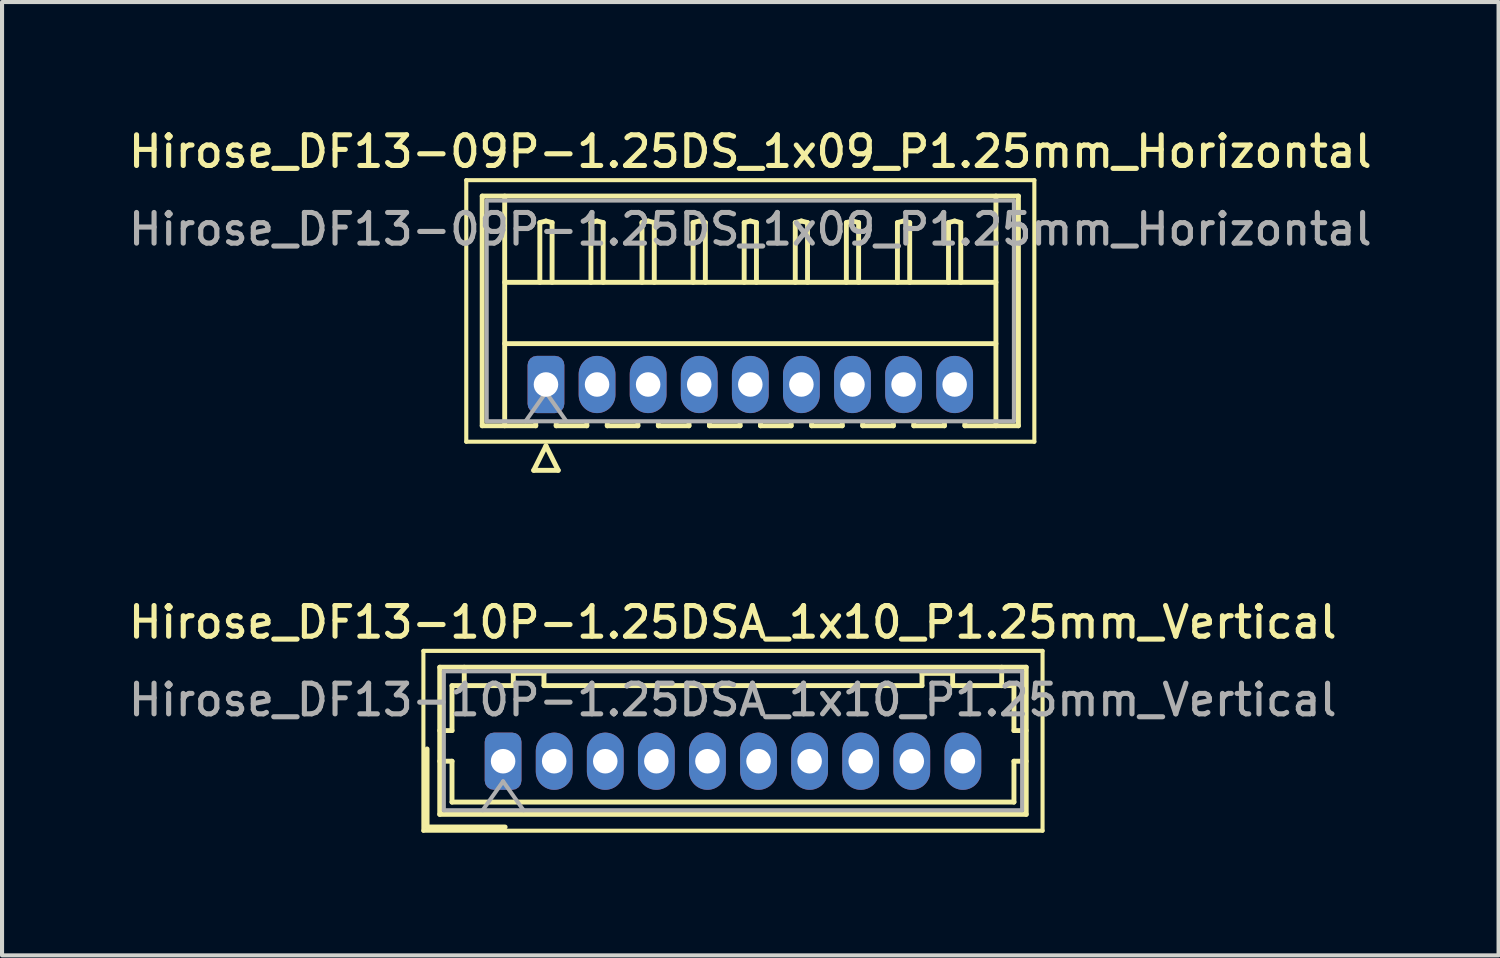
<source format=kicad_pcb>
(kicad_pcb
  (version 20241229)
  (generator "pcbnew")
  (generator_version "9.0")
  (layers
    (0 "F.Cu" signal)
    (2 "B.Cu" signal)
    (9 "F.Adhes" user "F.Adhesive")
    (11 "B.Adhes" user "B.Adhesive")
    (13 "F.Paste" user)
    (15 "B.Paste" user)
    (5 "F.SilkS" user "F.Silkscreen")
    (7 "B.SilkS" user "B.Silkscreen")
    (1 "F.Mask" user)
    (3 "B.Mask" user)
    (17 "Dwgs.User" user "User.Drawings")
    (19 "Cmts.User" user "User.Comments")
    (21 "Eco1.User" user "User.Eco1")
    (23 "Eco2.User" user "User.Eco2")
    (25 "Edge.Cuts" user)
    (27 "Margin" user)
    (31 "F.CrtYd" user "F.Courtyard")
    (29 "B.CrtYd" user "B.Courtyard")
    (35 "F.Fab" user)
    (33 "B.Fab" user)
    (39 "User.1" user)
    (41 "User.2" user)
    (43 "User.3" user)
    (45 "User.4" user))
  (footprint "Hirose_DF13-10P-1.25DSA_1x10_P1.25mm_Vertical"
    (layer "F.Cu")
    (at 9.26 15.576)
    (property "Reference" "Hirose_DF13-10P-1.25DSA_1x10_P1.25mm_Vertical" (at 5.62 -3.4 0) (layer "F.SilkS") (effects (font (size 0.75 0.75) (thickness 0.125))))
    (attr through_hole)
    (fp_line (start -1.95 -2.7) (end -1.95 1.7) (stroke (width 0.1) (type solid)) (layer "F.SilkS"))
    (fp_line (start -1.95 1.7) (end 13.2 1.7) (stroke (width 0.1) (type solid)) (layer "F.SilkS"))
    (fp_line (start -1.86 -0.3) (end -1.86 1.61) (stroke (width 0.12) (type solid)) (layer "F.SilkS"))
    (fp_line (start -1.86 1.61) (end 0.05 1.61) (stroke (width 0.12) (type solid)) (layer "F.SilkS"))
    (fp_line (start -1.55 -2.3) (end -1.55 1.3) (stroke (width 0.12) (type solid)) (layer "F.SilkS"))
    (fp_line (start -1.55 -0.75) (end -1.25 -0.75) (stroke (width 0.12) (type solid)) (layer "F.SilkS"))
    (fp_line (start -1.55 0) (end -1.25 0) (stroke (width 0.12) (type solid)) (layer "F.SilkS"))
    (fp_line (start -1.55 1.3) (end 12.8 1.3) (stroke (width 0.12) (type solid)) (layer "F.SilkS"))
    (fp_line (start -1.25 -1.85) (end -0.95 -1.85) (stroke (width 0.12) (type solid)) (layer "F.SilkS"))
    (fp_line (start -1.25 -0.75) (end -1.25 -1.85) (stroke (width 0.12) (type solid)) (layer "F.SilkS"))
    (fp_line (start -1.25 0) (end -1.25 1) (stroke (width 0.12) (type solid)) (layer "F.SilkS"))
    (fp_line (start -1.25 1) (end 12.5 1) (stroke (width 0.12) (type solid)) (layer "F.SilkS"))
    (fp_line (start -0.95 -1.85) (end -0.95 -2.3) (stroke (width 0.12) (type solid)) (layer "F.SilkS"))
    (fp_line (start -0.95 -1.85) (end 0.25 -1.85) (stroke (width 0.12) (type solid)) (layer "F.SilkS"))
    (fp_line (start 0.25 -2.15) (end 1 -2.15) (stroke (width 0.12) (type solid)) (layer "F.SilkS"))
    (fp_line (start 0.25 -1.85) (end 0.25 -2.15) (stroke (width 0.12) (type solid)) (layer "F.SilkS"))
    (fp_line (start 1 -2.15) (end 1 -1.85) (stroke (width 0.12) (type solid)) (layer "F.SilkS"))
    (fp_line (start 1 -1.85) (end 10.25 -1.85) (stroke (width 0.12) (type solid)) (layer "F.SilkS"))
    (fp_line (start 10.25 -2.15) (end 11 -2.15) (stroke (width 0.12) (type solid)) (layer "F.SilkS"))
    (fp_line (start 10.25 -1.85) (end 10.25 -2.15) (stroke (width 0.12) (type solid)) (layer "F.SilkS"))
    (fp_line (start 11 -2.15) (end 11 -1.85) (stroke (width 0.12) (type solid)) (layer "F.SilkS"))
    (fp_line (start 11 -1.85) (end 12.2 -1.85) (stroke (width 0.12) (type solid)) (layer "F.SilkS"))
    (fp_line (start 12.2 -1.85) (end 12.2 -2.3) (stroke (width 0.12) (type solid)) (layer "F.SilkS"))
    (fp_line (start 12.5 -1.85) (end 12.2 -1.85) (stroke (width 0.12) (type solid)) (layer "F.SilkS"))
    (fp_line (start 12.5 -0.75) (end 12.5 -1.85) (stroke (width 0.12) (type solid)) (layer "F.SilkS"))
    (fp_line (start 12.5 0) (end 12.8 0) (stroke (width 0.12) (type solid)) (layer "F.SilkS"))
    (fp_line (start 12.5 1) (end 12.5 0) (stroke (width 0.12) (type solid)) (layer "F.SilkS"))
    (fp_line (start 12.8 -2.3) (end -1.55 -2.3) (stroke (width 0.12) (type solid)) (layer "F.SilkS"))
    (fp_line (start 12.8 -0.75) (end 12.5 -0.75) (stroke (width 0.12) (type solid)) (layer "F.SilkS"))
    (fp_line (start 12.8 1.3) (end 12.8 -2.3) (stroke (width 0.12) (type solid)) (layer "F.SilkS"))
    (fp_line (start 13.2 -2.7) (end -1.95 -2.7) (stroke (width 0.1) (type solid)) (layer "F.SilkS"))
    (fp_line (start 13.2 1.7) (end 13.2 -2.7) (stroke (width 0.1) (type solid)) (layer "F.SilkS"))
    (fp_line (start -1.45 -2.2) (end -1.45 1.2) (stroke (width 0.1) (type solid)) (layer "F.Fab"))
    (fp_line (start -1.45 1.2) (end 12.7 1.2) (stroke (width 0.1) (type solid)) (layer "F.Fab"))
    (fp_line (start -0.5 1.2) (end 0 0.493) (stroke (width 0.1) (type solid)) (layer "F.Fab"))
    (fp_line (start 0 0.493) (end 0.5 1.2) (stroke (width 0.1) (type solid)) (layer "F.Fab"))
    (fp_line (start 12.7 -2.2) (end -1.45 -2.2) (stroke (width 0.1) (type solid)) (layer "F.Fab"))
    (fp_line (start 12.7 1.2) (end 12.7 -2.2) (stroke (width 0.1) (type solid)) (layer "F.Fab"))
    (fp_text user "${REFERENCE}" (at 5.62 -1.5 0) (layer "F.Fab") (effects (font (size 0.75 0.75) (thickness 0.125))))
    (pad "1" thru_hole roundrect (at 0 0) (size 0.9 1.4) (drill 0.6) (layers "*.Cu" "*.Mask") (roundrect_rratio 0.25))
    (pad "2" thru_hole oval (at 1.25 0) (size 0.9 1.4) (drill 0.6) (layers "*.Cu" "*.Mask"))
    (pad "3" thru_hole oval (at 2.5 0) (size 0.9 1.4) (drill 0.6) (layers "*.Cu" "*.Mask"))
    (pad "4" thru_hole oval (at 3.75 0) (size 0.9 1.4) (drill 0.6) (layers "*.Cu" "*.Mask"))
    (pad "5" thru_hole oval (at 5 0) (size 0.9 1.4) (drill 0.6) (layers "*.Cu" "*.Mask"))
    (pad "6" thru_hole oval (at 6.25 0) (size 0.9 1.4) (drill 0.6) (layers "*.Cu" "*.Mask"))
    (pad "7" thru_hole oval (at 7.5 0) (size 0.9 1.4) (drill 0.6) (layers "*.Cu" "*.Mask"))
    (pad "8" thru_hole oval (at 8.75 0) (size 0.9 1.4) (drill 0.6) (layers "*.Cu" "*.Mask"))
    (pad "9" thru_hole oval (at 10 0) (size 0.9 1.4) (drill 0.6) (layers "*.Cu" "*.Mask"))
    (pad "10" thru_hole oval (at 11.25 0) (size 0.9 1.4) (drill 0.6) (layers "*.Cu" "*.Mask")))
  (footprint "Hirose_DF13-09P-1.25DS_1x09_P1.25mm_Horizontal"
    (layer "F.Cu")
    (at 10.309 6.358)
    (property "Reference" "Hirose_DF13-09P-1.25DS_1x09_P1.25mm_Horizontal" (at 5 -5.7 0) (layer "F.SilkS") (effects (font (size 0.75 0.75) (thickness 0.125))))
    (attr through_hole)
    (fp_line (start -1.95 -5) (end -1.95 1.4) (stroke (width 0.1) (type solid)) (layer "F.SilkS"))
    (fp_line (start -1.95 1.4) (end 11.95 1.4) (stroke (width 0.1) (type solid)) (layer "F.SilkS"))
    (fp_line (start -1.56 -4.61) (end 11.56 -4.61) (stroke (width 0.12) (type solid)) (layer "F.SilkS"))
    (fp_line (start -1.56 1.01) (end -1.56 -4.61) (stroke (width 0.12) (type solid)) (layer "F.SilkS"))
    (fp_line (start -1.01 -4.61) (end -1.01 1.01) (stroke (width 0.12) (type solid)) (layer "F.SilkS"))
    (fp_line (start -1.01 -2.5) (end 11.01 -2.5) (stroke (width 0.12) (type solid)) (layer "F.SilkS"))
    (fp_line (start -1.01 -1) (end 11.01 -1) (stroke (width 0.12) (type solid)) (layer "F.SilkS"))
    (fp_line (start -0.3 2.1) (end 0.3 2.1) (stroke (width 0.12) (type solid)) (layer "F.SilkS"))
    (fp_line (start -0.25 0.96) (end -0.25 1.01) (stroke (width 0.12) (type solid)) (layer "F.SilkS"))
    (fp_line (start -0.25 1.01) (end -1.56 1.01) (stroke (width 0.12) (type solid)) (layer "F.SilkS"))
    (fp_line (start -0.15 -3.962) (end 0 -4) (stroke (width 0.12) (type solid)) (layer "F.SilkS"))
    (fp_line (start -0.15 -2.5) (end -0.15 -3.962) (stroke (width 0.12) (type solid)) (layer "F.SilkS"))
    (fp_line (start 0 -4) (end 0.15 -3.962) (stroke (width 0.12) (type solid)) (layer "F.SilkS"))
    (fp_line (start 0 1.5) (end -0.3 2.1) (stroke (width 0.12) (type solid)) (layer "F.SilkS"))
    (fp_line (start 0.15 -3.962) (end 0.15 -2.5) (stroke (width 0.12) (type solid)) (layer "F.SilkS"))
    (fp_line (start 0.25 0.96) (end 0.25 1.01) (stroke (width 0.12) (type solid)) (layer "F.SilkS"))
    (fp_line (start 0.25 1.01) (end 1 1.01) (stroke (width 0.12) (type solid)) (layer "F.SilkS"))
    (fp_line (start 0.3 2.1) (end 0 1.5) (stroke (width 0.12) (type solid)) (layer "F.SilkS"))
    (fp_line (start 1 1.01) (end 1 0.96) (stroke (width 0.12) (type solid)) (layer "F.SilkS"))
    (fp_line (start 1.1 -3.962) (end 1.25 -4) (stroke (width 0.12) (type solid)) (layer "F.SilkS"))
    (fp_line (start 1.1 -2.5) (end 1.1 -3.962) (stroke (width 0.12) (type solid)) (layer "F.SilkS"))
    (fp_line (start 1.25 -4) (end 1.4 -3.962) (stroke (width 0.12) (type solid)) (layer "F.SilkS"))
    (fp_line (start 1.4 -3.962) (end 1.4 -2.5) (stroke (width 0.12) (type solid)) (layer "F.SilkS"))
    (fp_line (start 1.5 0.96) (end 1.5 1.01) (stroke (width 0.12) (type solid)) (layer "F.SilkS"))
    (fp_line (start 1.5 1.01) (end 2.25 1.01) (stroke (width 0.12) (type solid)) (layer "F.SilkS"))
    (fp_line (start 2.25 1.01) (end 2.25 0.96) (stroke (width 0.12) (type solid)) (layer "F.SilkS"))
    (fp_line (start 2.35 -3.962) (end 2.5 -4) (stroke (width 0.12) (type solid)) (layer "F.SilkS"))
    (fp_line (start 2.35 -2.5) (end 2.35 -3.962) (stroke (width 0.12) (type solid)) (layer "F.SilkS"))
    (fp_line (start 2.5 -4) (end 2.65 -3.962) (stroke (width 0.12) (type solid)) (layer "F.SilkS"))
    (fp_line (start 2.65 -3.962) (end 2.65 -2.5) (stroke (width 0.12) (type solid)) (layer "F.SilkS"))
    (fp_line (start 2.75 0.96) (end 2.75 1.01) (stroke (width 0.12) (type solid)) (layer "F.SilkS"))
    (fp_line (start 2.75 1.01) (end 3.5 1.01) (stroke (width 0.12) (type solid)) (layer "F.SilkS"))
    (fp_line (start 3.5 1.01) (end 3.5 0.96) (stroke (width 0.12) (type solid)) (layer "F.SilkS"))
    (fp_line (start 3.6 -3.962) (end 3.75 -4) (stroke (width 0.12) (type solid)) (layer "F.SilkS"))
    (fp_line (start 3.6 -2.5) (end 3.6 -3.962) (stroke (width 0.12) (type solid)) (layer "F.SilkS"))
    (fp_line (start 3.75 -4) (end 3.9 -3.962) (stroke (width 0.12) (type solid)) (layer "F.SilkS"))
    (fp_line (start 3.9 -3.962) (end 3.9 -2.5) (stroke (width 0.12) (type solid)) (layer "F.SilkS"))
    (fp_line (start 4 0.96) (end 4 1.01) (stroke (width 0.12) (type solid)) (layer "F.SilkS"))
    (fp_line (start 4 1.01) (end 4.75 1.01) (stroke (width 0.12) (type solid)) (layer "F.SilkS"))
    (fp_line (start 4.75 1.01) (end 4.75 0.96) (stroke (width 0.12) (type solid)) (layer "F.SilkS"))
    (fp_line (start 4.85 -3.962) (end 5 -4) (stroke (width 0.12) (type solid)) (layer "F.SilkS"))
    (fp_line (start 4.85 -2.5) (end 4.85 -3.962) (stroke (width 0.12) (type solid)) (layer "F.SilkS"))
    (fp_line (start 5 -4) (end 5.15 -3.962) (stroke (width 0.12) (type solid)) (layer "F.SilkS"))
    (fp_line (start 5.15 -3.962) (end 5.15 -2.5) (stroke (width 0.12) (type solid)) (layer "F.SilkS"))
    (fp_line (start 5.25 0.96) (end 5.25 1.01) (stroke (width 0.12) (type solid)) (layer "F.SilkS"))
    (fp_line (start 5.25 1.01) (end 6 1.01) (stroke (width 0.12) (type solid)) (layer "F.SilkS"))
    (fp_line (start 6 1.01) (end 6 0.96) (stroke (width 0.12) (type solid)) (layer "F.SilkS"))
    (fp_line (start 6.1 -3.962) (end 6.25 -4) (stroke (width 0.12) (type solid)) (layer "F.SilkS"))
    (fp_line (start 6.1 -2.5) (end 6.1 -3.962) (stroke (width 0.12) (type solid)) (layer "F.SilkS"))
    (fp_line (start 6.25 -4) (end 6.4 -3.962) (stroke (width 0.12) (type solid)) (layer "F.SilkS"))
    (fp_line (start 6.4 -3.962) (end 6.4 -2.5) (stroke (width 0.12) (type solid)) (layer "F.SilkS"))
    (fp_line (start 6.5 0.96) (end 6.5 1.01) (stroke (width 0.12) (type solid)) (layer "F.SilkS"))
    (fp_line (start 6.5 1.01) (end 7.25 1.01) (stroke (width 0.12) (type solid)) (layer "F.SilkS"))
    (fp_line (start 7.25 1.01) (end 7.25 0.96) (stroke (width 0.12) (type solid)) (layer "F.SilkS"))
    (fp_line (start 7.35 -3.962) (end 7.5 -4) (stroke (width 0.12) (type solid)) (layer "F.SilkS"))
    (fp_line (start 7.35 -2.5) (end 7.35 -3.962) (stroke (width 0.12) (type solid)) (layer "F.SilkS"))
    (fp_line (start 7.5 -4) (end 7.65 -3.962) (stroke (width 0.12) (type solid)) (layer "F.SilkS"))
    (fp_line (start 7.65 -3.962) (end 7.65 -2.5) (stroke (width 0.12) (type solid)) (layer "F.SilkS"))
    (fp_line (start 7.75 0.96) (end 7.75 1.01) (stroke (width 0.12) (type solid)) (layer "F.SilkS"))
    (fp_line (start 7.75 1.01) (end 8.5 1.01) (stroke (width 0.12) (type solid)) (layer "F.SilkS"))
    (fp_line (start 8.5 1.01) (end 8.5 0.96) (stroke (width 0.12) (type solid)) (layer "F.SilkS"))
    (fp_line (start 8.6 -3.962) (end 8.75 -4) (stroke (width 0.12) (type solid)) (layer "F.SilkS"))
    (fp_line (start 8.6 -2.5) (end 8.6 -3.962) (stroke (width 0.12) (type solid)) (layer "F.SilkS"))
    (fp_line (start 8.75 -4) (end 8.9 -3.962) (stroke (width 0.12) (type solid)) (layer "F.SilkS"))
    (fp_line (start 8.9 -3.962) (end 8.9 -2.5) (stroke (width 0.12) (type solid)) (layer "F.SilkS"))
    (fp_line (start 9 0.96) (end 9 1.01) (stroke (width 0.12) (type solid)) (layer "F.SilkS"))
    (fp_line (start 9 1.01) (end 9.75 1.01) (stroke (width 0.12) (type solid)) (layer "F.SilkS"))
    (fp_line (start 9.75 1.01) (end 9.75 0.96) (stroke (width 0.12) (type solid)) (layer "F.SilkS"))
    (fp_line (start 9.85 -3.962) (end 10 -4) (stroke (width 0.12) (type solid)) (layer "F.SilkS"))
    (fp_line (start 9.85 -2.5) (end 9.85 -3.962) (stroke (width 0.12) (type solid)) (layer "F.SilkS"))
    (fp_line (start 10 -4) (end 10.15 -3.962) (stroke (width 0.12) (type solid)) (layer "F.SilkS"))
    (fp_line (start 10.15 -3.962) (end 10.15 -2.5) (stroke (width 0.12) (type solid)) (layer "F.SilkS"))
    (fp_line (start 10.25 1.01) (end 10.25 0.96) (stroke (width 0.12) (type solid)) (layer "F.SilkS"))
    (fp_line (start 11.01 -4.61) (end 11.01 1.01) (stroke (width 0.12) (type solid)) (layer "F.SilkS"))
    (fp_line (start 11.56 -4.61) (end 11.56 1.01) (stroke (width 0.12) (type solid)) (layer "F.SilkS"))
    (fp_line (start 11.56 1.01) (end 10.25 1.01) (stroke (width 0.12) (type solid)) (layer "F.SilkS"))
    (fp_line (start 11.95 -5) (end -1.95 -5) (stroke (width 0.1) (type solid)) (layer "F.SilkS"))
    (fp_line (start 11.95 1.4) (end 11.95 -5) (stroke (width 0.1) (type solid)) (layer "F.SilkS"))
    (fp_line (start -1.45 -4.5) (end -1.45 0.9) (stroke (width 0.1) (type solid)) (layer "F.Fab"))
    (fp_line (start -1.45 0.9) (end 11.45 0.9) (stroke (width 0.1) (type solid)) (layer "F.Fab"))
    (fp_line (start -0.5 0.9) (end 0 0.193) (stroke (width 0.1) (type solid)) (layer "F.Fab"))
    (fp_line (start 0 0.193) (end 0.5 0.9) (stroke (width 0.1) (type solid)) (layer "F.Fab"))
    (fp_line (start 11.45 -4.5) (end -1.45 -4.5) (stroke (width 0.1) (type solid)) (layer "F.Fab"))
    (fp_line (start 11.45 0.9) (end 11.45 -4.5) (stroke (width 0.1) (type solid)) (layer "F.Fab"))
    (fp_text user "${REFERENCE}" (at 5 -3.8 0) (layer "F.Fab") (effects (font (size 0.75 0.75) (thickness 0.125))))
    (pad "1" thru_hole roundrect (at 0 0) (size 0.9 1.4) (drill 0.6) (layers "*.Cu" "*.Mask") (roundrect_rratio 0.25))
    (pad "2" thru_hole oval (at 1.25 0) (size 0.9 1.4) (drill 0.6) (layers "*.Cu" "*.Mask"))
    (pad "3" thru_hole oval (at 2.5 0) (size 0.9 1.4) (drill 0.6) (layers "*.Cu" "*.Mask"))
    (pad "4" thru_hole oval (at 3.75 0) (size 0.9 1.4) (drill 0.6) (layers "*.Cu" "*.Mask"))
    (pad "5" thru_hole oval (at 5 0) (size 0.9 1.4) (drill 0.6) (layers "*.Cu" "*.Mask"))
    (pad "6" thru_hole oval (at 6.25 0) (size 0.9 1.4) (drill 0.6) (layers "*.Cu" "*.Mask"))
    (pad "7" thru_hole oval (at 7.5 0) (size 0.9 1.4) (drill 0.6) (layers "*.Cu" "*.Mask"))
    (pad "8" thru_hole oval (at 8.75 0) (size 0.9 1.4) (drill 0.6) (layers "*.Cu" "*.Mask"))
    (pad "9" thru_hole oval (at 10 0) (size 0.9 1.4) (drill 0.6) (layers "*.Cu" "*.Mask")))
  (gr_rect
    (start -3 -3)
    (end 33.618 20.326)
    (stroke (width 0.1) (type default))
    (fill no)
    (layer "Edge.Cuts")))
</source>
